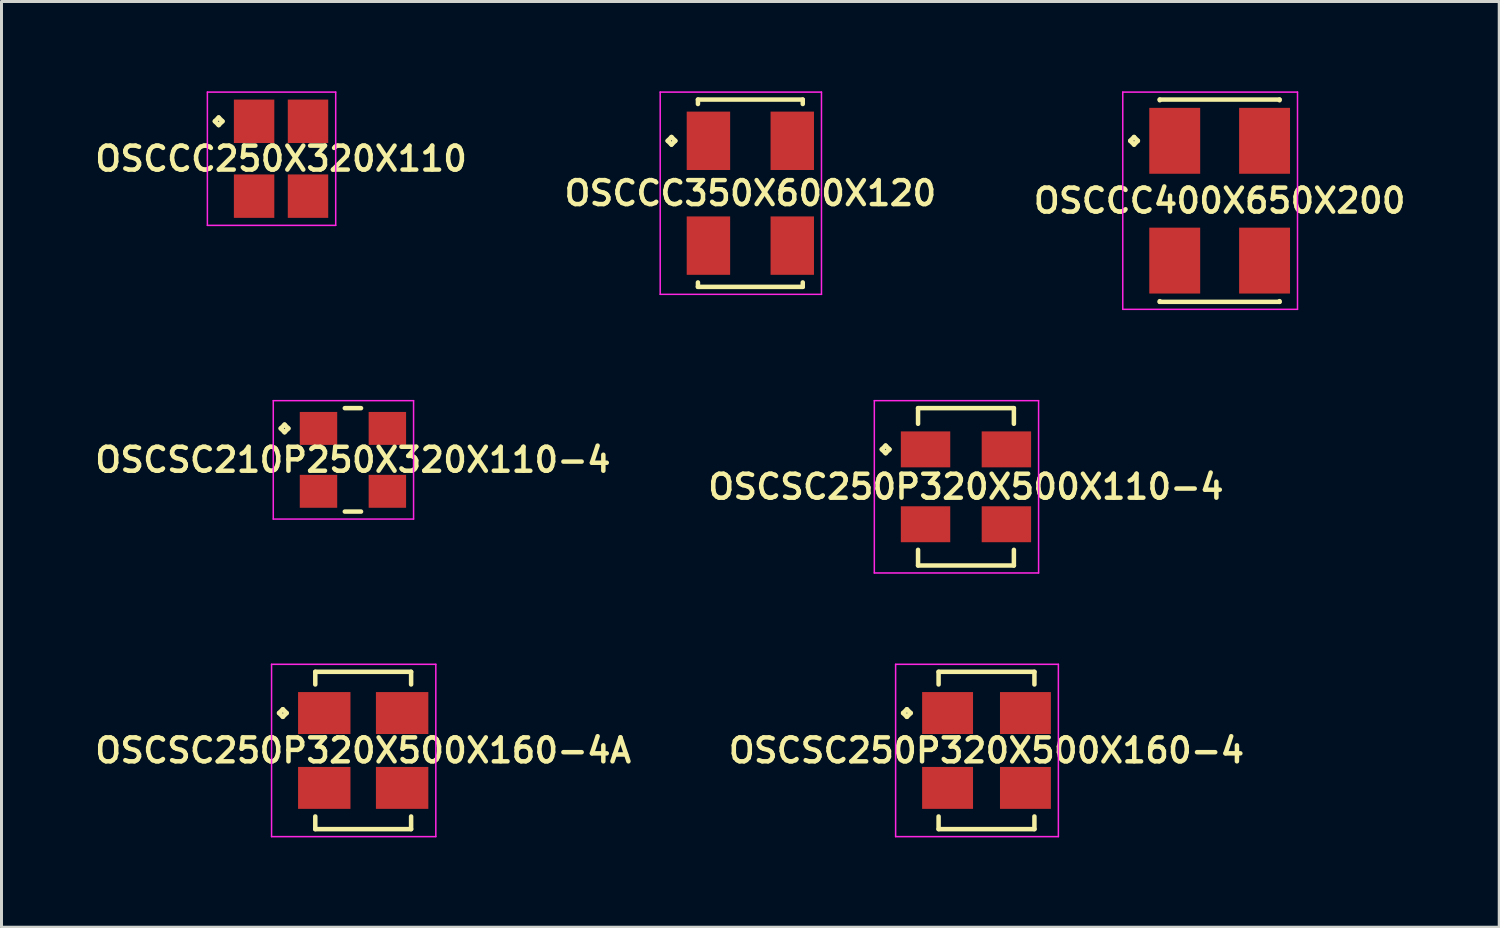
<source format=kicad_pcb>
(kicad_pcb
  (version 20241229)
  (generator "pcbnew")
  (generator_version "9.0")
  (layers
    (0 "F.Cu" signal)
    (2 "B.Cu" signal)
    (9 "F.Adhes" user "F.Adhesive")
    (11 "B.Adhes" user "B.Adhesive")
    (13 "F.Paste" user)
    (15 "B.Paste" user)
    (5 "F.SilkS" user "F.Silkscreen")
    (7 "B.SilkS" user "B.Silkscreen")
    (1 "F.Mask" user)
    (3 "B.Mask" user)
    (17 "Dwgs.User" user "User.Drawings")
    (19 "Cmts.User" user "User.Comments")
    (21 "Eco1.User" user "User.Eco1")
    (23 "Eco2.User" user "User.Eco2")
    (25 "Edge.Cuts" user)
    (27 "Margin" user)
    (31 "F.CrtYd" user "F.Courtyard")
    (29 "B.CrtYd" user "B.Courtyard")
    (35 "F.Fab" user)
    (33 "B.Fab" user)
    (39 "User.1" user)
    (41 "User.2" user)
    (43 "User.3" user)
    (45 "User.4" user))
  (footprint "OSCSC250P320X500X160-4A"
    (layer "F.Cu")
    (at 9.078 22.01)
    (property "Reference" "OSCSC250P320X500X160-4A" (at 0 0 0) (layer "F.SilkS") (effects (font (size 0.8 0.8) (thickness 0.15))))
    (attr smd)
    (fp_line (start -2.81 -1.25) (end -2.683 -1.377) (stroke (width 0.15) (type solid)) (layer "F.SilkS"))
    (fp_line (start -2.683 -1.377) (end -2.556 -1.25) (stroke (width 0.15) (type solid)) (layer "F.SilkS"))
    (fp_line (start -2.683 -1.123) (end -2.81 -1.25) (stroke (width 0.15) (type solid)) (layer "F.SilkS"))
    (fp_line (start -2.556 -1.25) (end -2.683 -1.123) (stroke (width 0.15) (type solid)) (layer "F.SilkS"))
    (fp_line (start -1.6 -2.627) (end 1.6 -2.627) (stroke (width 0.15) (type solid)) (layer "F.SilkS"))
    (fp_line (start -1.6 -2.204) (end -1.6 -2.627) (stroke (width 0.15) (type solid)) (layer "F.SilkS"))
    (fp_line (start -1.6 2.204) (end -1.6 2.627) (stroke (width 0.15) (type solid)) (layer "F.SilkS"))
    (fp_line (start -1.6 2.627) (end 1.6 2.627) (stroke (width 0.15) (type solid)) (layer "F.SilkS"))
    (fp_line (start 1.6 -2.627) (end 1.6 -2.204) (stroke (width 0.15) (type solid)) (layer "F.SilkS"))
    (fp_line (start 1.6 2.627) (end 1.6 2.204) (stroke (width 0.15) (type solid)) (layer "F.SilkS"))
    (fp_line (start -3.06 -2.877) (end 2.425 -2.877) (stroke (width 0.05) (type solid)) (layer "F.CrtYd"))
    (fp_line (start -3.06 2.877) (end -3.06 -2.877) (stroke (width 0.05) (type solid)) (layer "F.CrtYd"))
    (fp_line (start 2.425 -2.877) (end 2.425 2.877) (stroke (width 0.05) (type solid)) (layer "F.CrtYd"))
    (fp_line (start 2.425 2.877) (end -3.06 2.877) (stroke (width 0.05) (type solid)) (layer "F.CrtYd"))
    (pad "1" smd rect (at -1.3 -1.25) (size 1.75 1.4) (layers "F.Cu" "F.Mask" "F.Paste"))
    (pad "2" smd rect (at -1.3 1.25) (size 1.75 1.4) (layers "F.Cu" "F.Mask" "F.Paste"))
    (pad "3" smd rect (at 1.3 1.25) (size 1.75 1.4) (layers "F.Cu" "F.Mask" "F.Paste"))
    (pad "4" smd rect (at 1.3 -1.25) (size 1.75 1.4) (layers "F.Cu" "F.Mask" "F.Paste")))
  (footprint "OSCCC400X650X200"
    (layer "F.Cu")
    (at 37.677 3.652)
    (property "Reference" "OSCCC400X650X200" (at 0 0 0) (layer "F.SilkS") (effects (font (size 0.8 0.8) (thickness 0.15))))
    (attr smd)
    (fp_line (start -2.985 -2) (end -2.858 -2.127) (stroke (width 0.15) (type solid)) (layer "F.SilkS"))
    (fp_line (start -2.858 -2.127) (end -2.731 -2) (stroke (width 0.15) (type solid)) (layer "F.SilkS"))
    (fp_line (start -2.858 -1.873) (end -2.985 -2) (stroke (width 0.15) (type solid)) (layer "F.SilkS"))
    (fp_line (start -2.731 -2) (end -2.858 -1.873) (stroke (width 0.15) (type solid)) (layer "F.SilkS"))
    (fp_line (start -2 -3.377) (end 2 -3.377) (stroke (width 0.15) (type solid)) (layer "F.SilkS"))
    (fp_line (start -2 -3.354) (end -2 -3.377) (stroke (width 0.15) (type solid)) (layer "F.SilkS"))
    (fp_line (start -2 3.354) (end -2 3.377) (stroke (width 0.15) (type solid)) (layer "F.SilkS"))
    (fp_line (start -2 3.377) (end 2 3.377) (stroke (width 0.15) (type solid)) (layer "F.SilkS"))
    (fp_line (start 2 -3.377) (end 2 -3.354) (stroke (width 0.15) (type solid)) (layer "F.SilkS"))
    (fp_line (start 2 3.377) (end 2 3.354) (stroke (width 0.15) (type solid)) (layer "F.SilkS"))
    (fp_line (start -3.235 -3.627) (end 2.6 -3.627) (stroke (width 0.05) (type solid)) (layer "F.CrtYd"))
    (fp_line (start -3.235 3.627) (end -3.235 -3.627) (stroke (width 0.05) (type solid)) (layer "F.CrtYd"))
    (fp_line (start 2.6 -3.627) (end 2.6 3.627) (stroke (width 0.05) (type solid)) (layer "F.CrtYd"))
    (fp_line (start 2.6 3.627) (end -3.235 3.627) (stroke (width 0.05) (type solid)) (layer "F.CrtYd"))
    (pad "1" smd rect (at -1.5 -2) (size 1.7 2.2) (layers "F.Cu" "F.Mask" "F.Paste"))
    (pad "2" smd rect (at -1.5 2) (size 1.7 2.2) (layers "F.Cu" "F.Mask" "F.Paste"))
    (pad "3" smd rect (at 1.5 2) (size 1.7 2.2) (layers "F.Cu" "F.Mask" "F.Paste"))
    (pad "4" smd rect (at 1.5 -2) (size 1.7 2.2) (layers "F.Cu" "F.Mask" "F.Paste")))
  (footprint "OSCSC210P250X320X110-4"
    (layer "F.Cu")
    (at 8.735 12.306)
    (property "Reference" "OSCSC210P250X320X110-4" (at 0 0 0) (layer "F.SilkS") (effects (font (size 0.8 0.8) (thickness 0.15))))
    (attr smd)
    (fp_line (start -2.41 -1.05) (end -2.283 -1.177) (stroke (width 0.15) (type solid)) (layer "F.SilkS"))
    (fp_line (start -2.283 -1.177) (end -2.156 -1.05) (stroke (width 0.15) (type solid)) (layer "F.SilkS"))
    (fp_line (start -2.283 -0.923) (end -2.41 -1.05) (stroke (width 0.15) (type solid)) (layer "F.SilkS"))
    (fp_line (start -2.156 -1.05) (end -2.283 -0.923) (stroke (width 0.15) (type solid)) (layer "F.SilkS"))
    (fp_line (start -0.271 -1.727) (end 0.271 -1.727) (stroke (width 0.15) (type solid)) (layer "F.SilkS"))
    (fp_line (start -0.271 1.727) (end 0.271 1.727) (stroke (width 0.15) (type solid)) (layer "F.SilkS"))
    (fp_line (start -2.66 -1.977) (end 2.025 -1.977) (stroke (width 0.05) (type solid)) (layer "F.CrtYd"))
    (fp_line (start -2.66 1.977) (end -2.66 -1.977) (stroke (width 0.05) (type solid)) (layer "F.CrtYd"))
    (fp_line (start 2.025 -1.977) (end 2.025 1.977) (stroke (width 0.05) (type solid)) (layer "F.CrtYd"))
    (fp_line (start 2.025 1.977) (end -2.66 1.977) (stroke (width 0.05) (type solid)) (layer "F.CrtYd"))
    (pad "1" smd rect (at -1.15 -1.05) (size 1.25 1.1) (layers "F.Cu" "F.Mask" "F.Paste"))
    (pad "2" smd rect (at -1.15 1.05) (size 1.25 1.1) (layers "F.Cu" "F.Mask" "F.Paste"))
    (pad "3" smd rect (at 1.15 1.05) (size 1.25 1.1) (layers "F.Cu" "F.Mask" "F.Paste"))
    (pad "4" smd rect (at 1.15 -1.05) (size 1.25 1.1) (layers "F.Cu" "F.Mask" "F.Paste")))
  (footprint "OSCCC350X600X120"
    (layer "F.Cu")
    (at 22.006 3.402)
    (property "Reference" "OSCCC350X600X120" (at 0 0 0) (layer "F.SilkS") (effects (font (size 0.8 0.8) (thickness 0.15))))
    (attr smd)
    (fp_line (start -2.76 -1.75) (end -2.633 -1.877) (stroke (width 0.15) (type solid)) (layer "F.SilkS"))
    (fp_line (start -2.633 -1.877) (end -2.506 -1.75) (stroke (width 0.15) (type solid)) (layer "F.SilkS"))
    (fp_line (start -2.633 -1.623) (end -2.76 -1.75) (stroke (width 0.15) (type solid)) (layer "F.SilkS"))
    (fp_line (start -2.506 -1.75) (end -2.633 -1.623) (stroke (width 0.15) (type solid)) (layer "F.SilkS"))
    (fp_line (start -1.75 -3.127) (end 1.75 -3.127) (stroke (width 0.15) (type solid)) (layer "F.SilkS"))
    (fp_line (start -1.75 -2.979) (end -1.75 -3.127) (stroke (width 0.15) (type solid)) (layer "F.SilkS"))
    (fp_line (start -1.75 2.979) (end -1.75 3.127) (stroke (width 0.15) (type solid)) (layer "F.SilkS"))
    (fp_line (start -1.75 3.127) (end 1.75 3.127) (stroke (width 0.15) (type solid)) (layer "F.SilkS"))
    (fp_line (start 1.75 -3.127) (end 1.75 -2.979) (stroke (width 0.15) (type solid)) (layer "F.SilkS"))
    (fp_line (start 1.75 3.127) (end 1.75 2.979) (stroke (width 0.15) (type solid)) (layer "F.SilkS"))
    (fp_line (start -3.01 -3.377) (end 2.375 -3.377) (stroke (width 0.05) (type solid)) (layer "F.CrtYd"))
    (fp_line (start -3.01 3.377) (end -3.01 -3.377) (stroke (width 0.05) (type solid)) (layer "F.CrtYd"))
    (fp_line (start 2.375 -3.377) (end 2.375 3.377) (stroke (width 0.05) (type solid)) (layer "F.CrtYd"))
    (fp_line (start 2.375 3.377) (end -3.01 3.377) (stroke (width 0.05) (type solid)) (layer "F.CrtYd"))
    (pad "1" smd rect (at -1.4 -1.75) (size 1.45 1.95) (layers "F.Cu" "F.Mask" "F.Paste"))
    (pad "2" smd rect (at -1.4 1.75) (size 1.45 1.95) (layers "F.Cu" "F.Mask" "F.Paste"))
    (pad "3" smd rect (at 1.4 1.75) (size 1.45 1.95) (layers "F.Cu" "F.Mask" "F.Paste"))
    (pad "4" smd rect (at 1.4 -1.75) (size 1.45 1.95) (layers "F.Cu" "F.Mask" "F.Paste")))
  (footprint "OSCSC250P320X500X110-4"
    (layer "F.Cu")
    (at 29.206 13.206)
    (property "Reference" "OSCSC250P320X500X110-4" (at 0 0 0) (layer "F.SilkS") (effects (font (size 0.8 0.8) (thickness 0.15))))
    (attr smd)
    (fp_line (start -2.81 -1.25) (end -2.683 -1.377) (stroke (width 0.15) (type solid)) (layer "F.SilkS"))
    (fp_line (start -2.683 -1.377) (end -2.556 -1.25) (stroke (width 0.15) (type solid)) (layer "F.SilkS"))
    (fp_line (start -2.683 -1.123) (end -2.81 -1.25) (stroke (width 0.15) (type solid)) (layer "F.SilkS"))
    (fp_line (start -2.556 -1.25) (end -2.683 -1.123) (stroke (width 0.15) (type solid)) (layer "F.SilkS"))
    (fp_line (start -1.6 -2.627) (end 1.6 -2.627) (stroke (width 0.15) (type solid)) (layer "F.SilkS"))
    (fp_line (start -1.6 -2.104) (end -1.6 -2.627) (stroke (width 0.15) (type solid)) (layer "F.SilkS"))
    (fp_line (start -1.6 2.104) (end -1.6 2.627) (stroke (width 0.15) (type solid)) (layer "F.SilkS"))
    (fp_line (start -1.6 2.627) (end 1.6 2.627) (stroke (width 0.15) (type solid)) (layer "F.SilkS"))
    (fp_line (start 1.6 -2.627) (end 1.6 -2.104) (stroke (width 0.15) (type solid)) (layer "F.SilkS"))
    (fp_line (start 1.6 2.627) (end 1.6 2.104) (stroke (width 0.15) (type solid)) (layer "F.SilkS"))
    (fp_line (start -3.06 -2.877) (end 2.425 -2.877) (stroke (width 0.05) (type solid)) (layer "F.CrtYd"))
    (fp_line (start -3.06 2.877) (end -3.06 -2.877) (stroke (width 0.05) (type solid)) (layer "F.CrtYd"))
    (fp_line (start 2.425 -2.877) (end 2.425 2.877) (stroke (width 0.05) (type solid)) (layer "F.CrtYd"))
    (fp_line (start 2.425 2.877) (end -3.06 2.877) (stroke (width 0.05) (type solid)) (layer "F.CrtYd"))
    (pad "1" smd rect (at -1.35 -1.25) (size 1.65 1.2) (layers "F.Cu" "F.Mask" "F.Paste"))
    (pad "2" smd rect (at -1.35 1.25) (size 1.65 1.2) (layers "F.Cu" "F.Mask" "F.Paste"))
    (pad "3" smd rect (at 1.35 1.25) (size 1.65 1.2) (layers "F.Cu" "F.Mask" "F.Paste"))
    (pad "4" smd rect (at 1.35 -1.25) (size 1.65 1.2) (layers "F.Cu" "F.Mask" "F.Paste")))
  (footprint "OSCSC250P320X500X160-4"
    (layer "F.Cu")
    (at 29.892 22.01)
    (property "Reference" "OSCSC250P320X500X160-4" (at 0 0 0) (layer "F.SilkS") (effects (font (size 0.8 0.8) (thickness 0.15))))
    (attr smd)
    (fp_line (start -2.785 -1.25) (end -2.658 -1.377) (stroke (width 0.15) (type solid)) (layer "F.SilkS"))
    (fp_line (start -2.658 -1.377) (end -2.531 -1.25) (stroke (width 0.15) (type solid)) (layer "F.SilkS"))
    (fp_line (start -2.658 -1.123) (end -2.785 -1.25) (stroke (width 0.15) (type solid)) (layer "F.SilkS"))
    (fp_line (start -2.531 -1.25) (end -2.658 -1.123) (stroke (width 0.15) (type solid)) (layer "F.SilkS"))
    (fp_line (start -1.6 -2.627) (end 1.6 -2.627) (stroke (width 0.15) (type solid)) (layer "F.SilkS"))
    (fp_line (start -1.6 -2.204) (end -1.6 -2.627) (stroke (width 0.15) (type solid)) (layer "F.SilkS"))
    (fp_line (start -1.6 2.204) (end -1.6 2.627) (stroke (width 0.15) (type solid)) (layer "F.SilkS"))
    (fp_line (start -1.6 2.627) (end 1.6 2.627) (stroke (width 0.15) (type solid)) (layer "F.SilkS"))
    (fp_line (start 1.6 -2.627) (end 1.6 -2.204) (stroke (width 0.15) (type solid)) (layer "F.SilkS"))
    (fp_line (start 1.6 2.627) (end 1.6 2.204) (stroke (width 0.15) (type solid)) (layer "F.SilkS"))
    (fp_line (start -3.035 -2.877) (end 2.4 -2.877) (stroke (width 0.05) (type solid)) (layer "F.CrtYd"))
    (fp_line (start -3.035 2.877) (end -3.035 -2.877) (stroke (width 0.05) (type solid)) (layer "F.CrtYd"))
    (fp_line (start 2.4 -2.877) (end 2.4 2.877) (stroke (width 0.05) (type solid)) (layer "F.CrtYd"))
    (fp_line (start 2.4 2.877) (end -3.035 2.877) (stroke (width 0.05) (type solid)) (layer "F.CrtYd"))
    (pad "1" smd rect (at -1.3 -1.25) (size 1.7 1.4) (layers "F.Cu" "F.Mask" "F.Paste"))
    (pad "2" smd rect (at -1.3 1.25) (size 1.7 1.4) (layers "F.Cu" "F.Mask" "F.Paste"))
    (pad "3" smd rect (at 1.3 1.25) (size 1.7 1.4) (layers "F.Cu" "F.Mask" "F.Paste"))
    (pad "4" smd rect (at 1.3 -1.25) (size 1.7 1.4) (layers "F.Cu" "F.Mask" "F.Paste")))
  (footprint "OSCCC250X320X110"
    (layer "F.Cu")
    (at 6.335 2.25)
    (property "Reference" "OSCCC250X320X110" (at 0 0 0) (layer "F.SilkS") (effects (font (size 0.8 0.8) (thickness 0.15))))
    (attr smd)
    (fp_line (start -2.21 -1.25) (end -2.083 -1.377) (stroke (width 0.15) (type solid)) (layer "F.SilkS"))
    (fp_line (start -2.083 -1.377) (end -1.956 -1.25) (stroke (width 0.15) (type solid)) (layer "F.SilkS"))
    (fp_line (start -2.083 -1.123) (end -2.21 -1.25) (stroke (width 0.15) (type solid)) (layer "F.SilkS"))
    (fp_line (start -1.956 -1.25) (end -2.083 -1.123) (stroke (width 0.15) (type solid)) (layer "F.SilkS"))
    (fp_line (start -2.46 -2.225) (end 1.825 -2.225) (stroke (width 0.05) (type solid)) (layer "F.CrtYd"))
    (fp_line (start -2.46 2.225) (end -2.46 -2.225) (stroke (width 0.05) (type solid)) (layer "F.CrtYd"))
    (fp_line (start 1.825 -2.225) (end 1.825 2.225) (stroke (width 0.05) (type solid)) (layer "F.CrtYd"))
    (fp_line (start 1.825 2.225) (end -2.46 2.225) (stroke (width 0.05) (type solid)) (layer "F.CrtYd"))
    (pad "1" smd rect (at -0.9 -1.25) (size 1.35 1.45) (layers "F.Cu" "F.Mask" "F.Paste"))
    (pad "2" smd rect (at -0.9 1.25) (size 1.35 1.45) (layers "F.Cu" "F.Mask" "F.Paste"))
    (pad "3" smd rect (at 0.9 1.25) (size 1.35 1.45) (layers "F.Cu" "F.Mask" "F.Paste"))
    (pad "4" smd rect (at 0.9 -1.25) (size 1.35 1.45) (layers "F.Cu" "F.Mask" "F.Paste")))
  (gr_rect
    (start -3 -3)
    (end 47.013 27.912)
    (stroke (width 0.1) (type default))
    (fill no)
    (layer "Edge.Cuts")))
</source>
